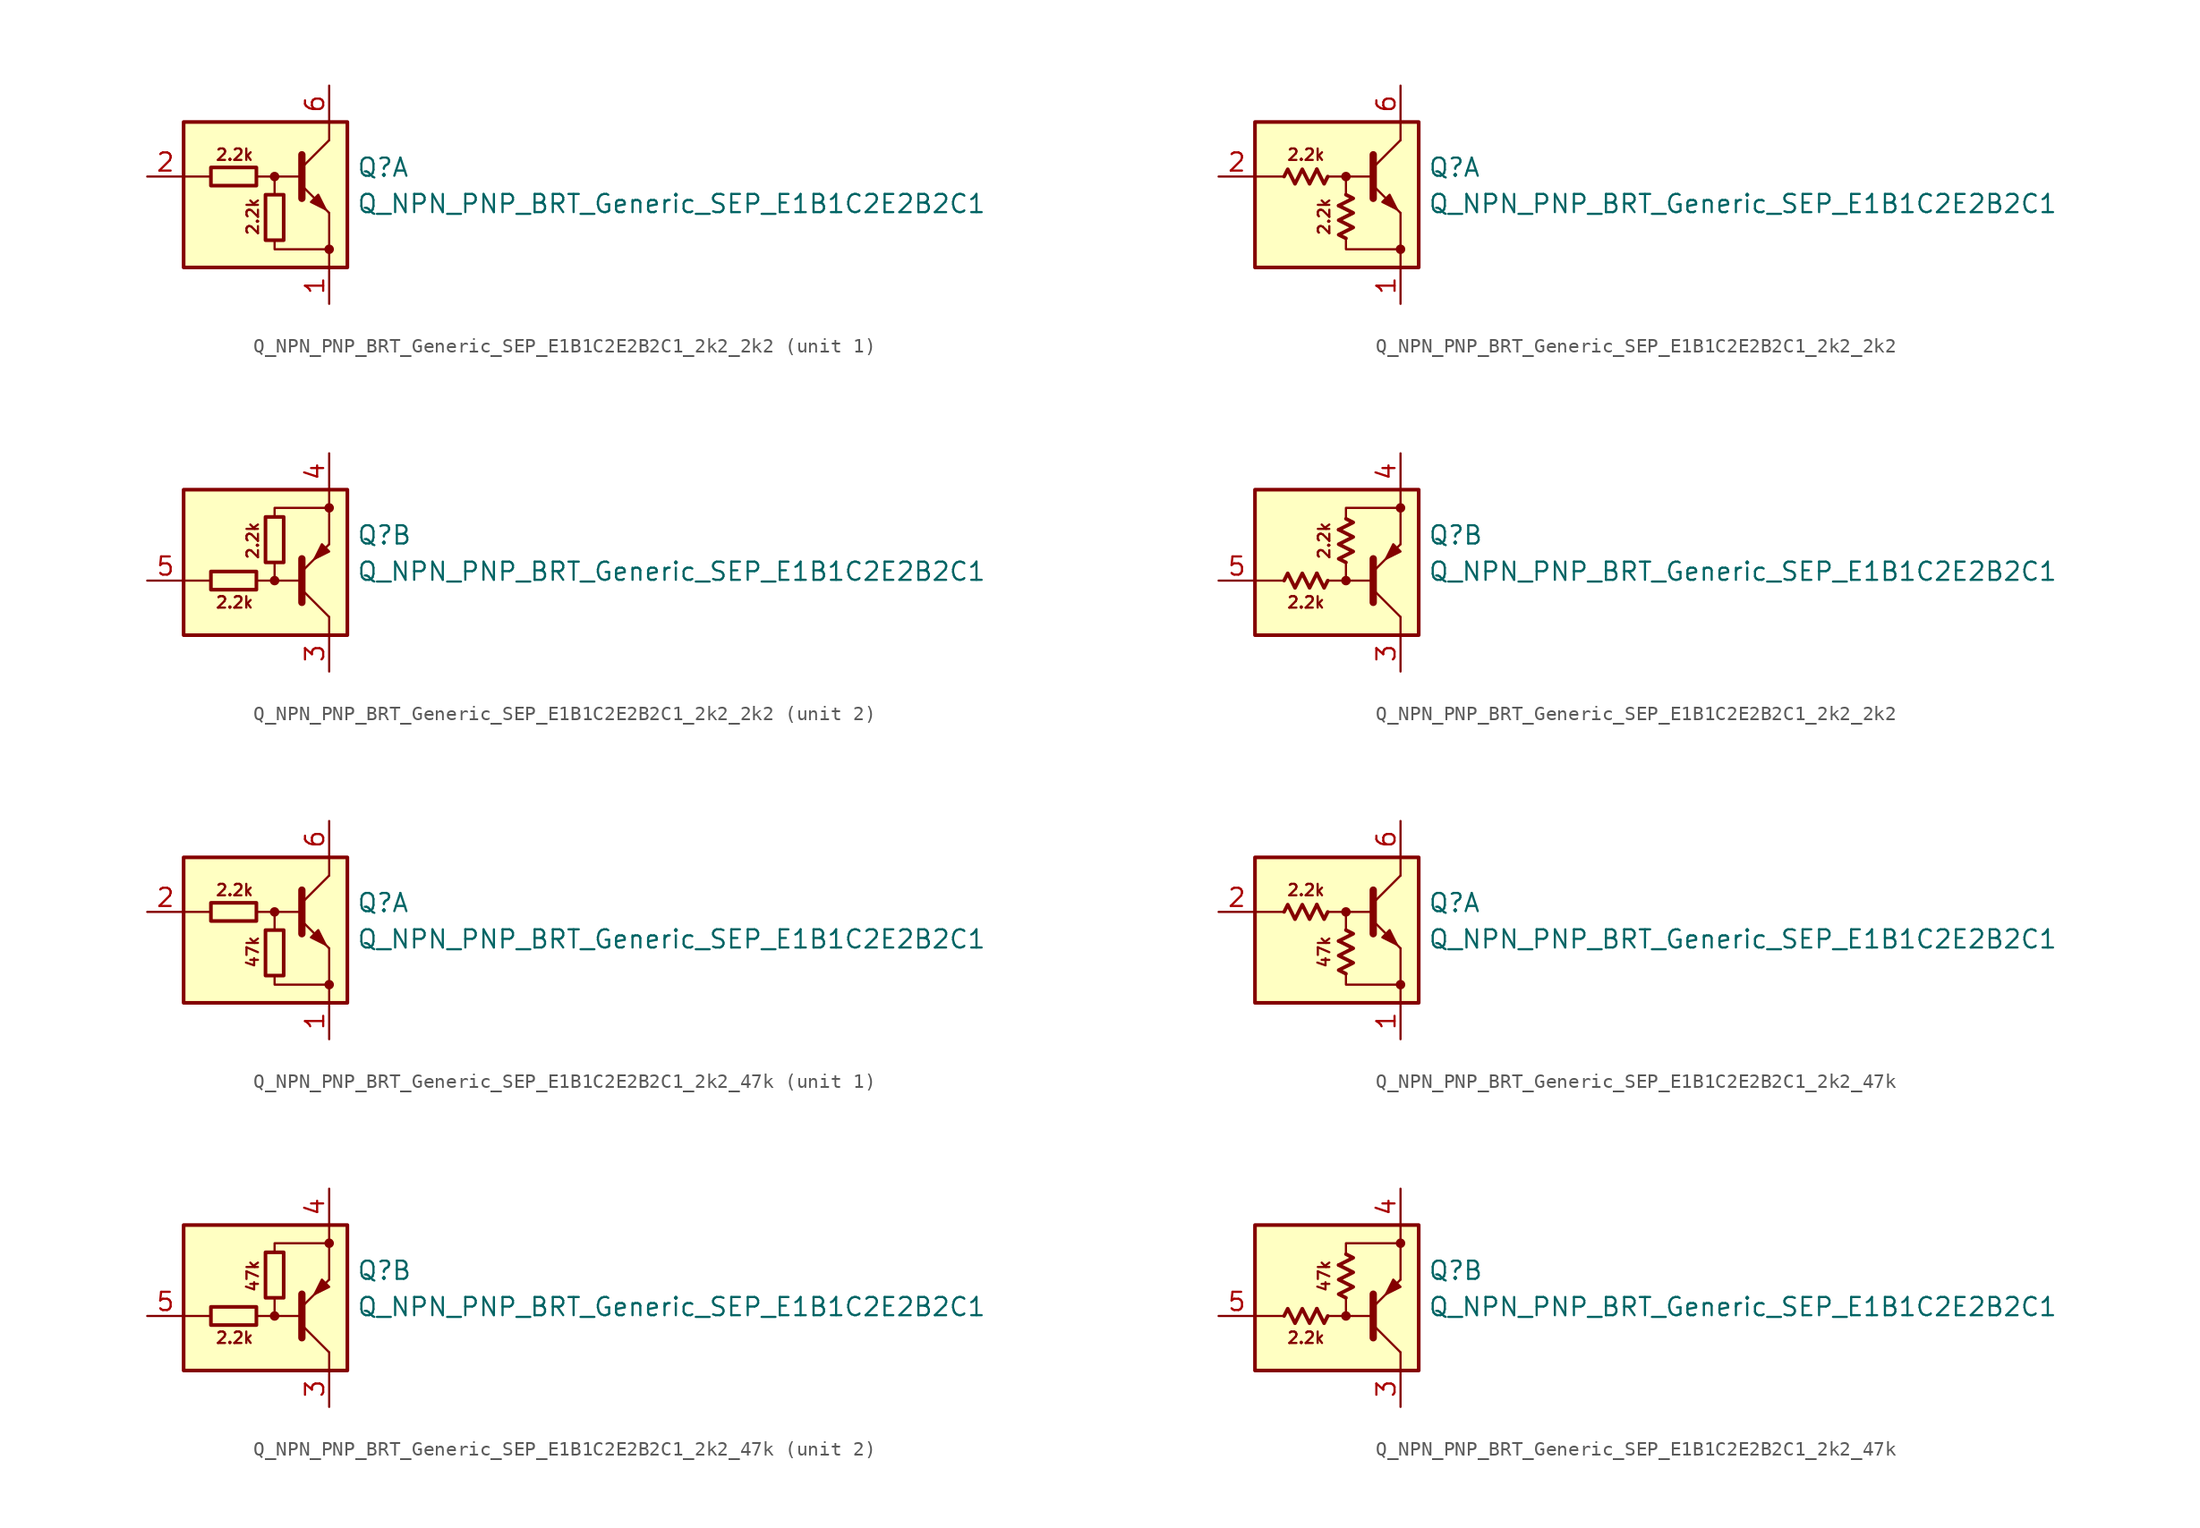
<source format=kicad_sym>
(kicad_symbol_lib
  (version 20220914)
  (generator kicad_symbol_editor)
  (symbol "Q_NPN_PNP_BRT_Generic_SEP_E1B1C2E2B2C1_2k2_2k2"
    (pin_names
      (offset 1.016) hide)
    (property "Reference" "Q"
      (at 5.715 1.905 0)
      (effects (font (size 1.27 1.27)) (justify left)))
    (property "Value" "Q_NPN_PNP_BRT_Generic_SEP_E1B1C2E2B2C1"
      (at 5.715 -0.635 0)
      (effects (font (size 1.27 1.27)) (justify left)))
    (property "ki_locked" ""
      (at 0 0 0)
      (effects (font (size 1.27 1.27))))
    (symbol "Q_NPN_PNP_BRT_Generic_SEP_E1B1C2E2B2C1_2k2_2k2_1_0"
      (rectangle (start -6.35 5.08) (end 5.08 -5.08) (stroke (width 0.254) (type default)) (fill (type background)))
      (polyline (pts (xy -4.445 1.27) (xy -6.35 1.27)) (stroke (width 0) (type default)) (fill (type none)))
      (polyline (pts (xy -0.254 1.27) (xy 1.905 1.27)) (stroke (width 0) (type default)) (fill (type none)))
      (polyline (pts (xy 1.905 1.905) (xy 3.81 3.81)) (stroke (width 0) (type default)) (fill (type none)))
      (polyline (pts (xy 1.905 2.794) (xy 1.905 -0.254)) (stroke (width 0.508) (type default)) (fill (type none)))
      (polyline (pts (xy 3.81 -3.81) (xy 3.81 -5.08)) (stroke (width 0) (type default)) (fill (type none)))
      (polyline (pts (xy 3.81 -3.81) (xy 3.81 -1.27)) (stroke (width 0) (type default)) (fill (type none)))
      (polyline (pts (xy 3.81 3.81) (xy 3.81 5.08)) (stroke (width 0) (type default)) (fill (type none)))
      (polyline (pts (xy -1.27 1.27) (xy 0 1.27) (xy 0 0)) (stroke (width 0) (type default)) (fill (type none)))
      (polyline (pts (xy 0 -3.175) (xy 0 -3.81) (xy 3.81 -3.81)) (stroke (width 0) (type default)) (fill (type none)))
      (polyline (pts (xy 1.905 0.635) (xy 3.81 -1.27) (xy 3.81 -1.27)) (stroke (width 0) (type default)) (fill (type none)))
      (polyline (pts (xy 2.54 -0.508) (xy 3.048 0) (xy 3.556 -1.016) (xy 2.54 -0.508) (xy 2.54 -0.508)) (stroke (width 0) (type default)) (fill (type outline)))
      (circle (center 0 1.27) (radius 0.254) (stroke (width 0) (type default)) (fill (type outline)))
      (circle (center 3.81 -3.81) (radius 0.254) (stroke (width 0) (type default)) (fill (type outline)))
      (text "2.2k" (at -2.794 2.794 0) (effects (font (size 0.8 0.8))))
      (text "2.2k" (at -1.524 -1.524 900) (effects (font (size 0.8 0.8)))))
    (symbol "Q_NPN_PNP_BRT_Generic_SEP_E1B1C2E2B2C1_2k2_2k2_1_1"
      (rectangle (start -4.445 1.905) (end -1.27 0.635) (stroke (width 0.254) (type default)) (fill (type none)))
      (rectangle (start -0.635 0) (end 0.635 -3.175) (stroke (width 0.254) (type default)) (fill (type none)))
      (pin passive line (at 3.81 -7.62 90) (length 2.54) (name "E1" (effects (font (size 1.27 1.27)))) (number "1" (effects (font (size 1.27 1.27)))))
      (pin input line (at -8.89 1.27 0) (length 2.54) (name "B1" (effects (font (size 1.27 1.27)))) (number "2" (effects (font (size 1.27 1.27)))))
      (pin passive line (at 3.81 7.62 270) (length 2.54) (name "C1" (effects (font (size 1.27 1.27)))) (number "6" (effects (font (size 1.27 1.27))))))
    (symbol "Q_NPN_PNP_BRT_Generic_SEP_E1B1C2E2B2C1_2k2_2k2_1_2"
      (polyline (pts (xy -2.032 1.778) (xy -1.524 0.762) (xy -1.27 1.27)) (stroke (width 0.254) (type default)) (fill (type none)))
      (polyline (pts (xy -0.508 -0.762) (xy 0.508 -0.254) (xy 0 0)) (stroke (width 0.254) (type default)) (fill (type none)))
      (polyline (pts (xy -4.318 1.27) (xy -4.064 1.778) (xy -3.556 0.762) (xy -3.048 1.778) (xy -2.54 0.762) (xy -2.032 1.778)) (stroke (width 0.254) (type default)) (fill (type none)))
      (polyline (pts (xy 0 -3.048) (xy -0.508 -2.794) (xy 0.508 -2.286) (xy -0.508 -1.778) (xy 0.508 -1.27) (xy -0.508 -0.762)) (stroke (width 0.254) (type default)) (fill (type none)))
      (pin passive line (at 3.81 -7.62 90) (length 2.54) (name "E1" (effects (font (size 1.27 1.27)))) (number "1" (effects (font (size 1.27 1.27)))))
      (pin input line (at -8.89 1.27 0) (length 2.54) (name "B1" (effects (font (size 1.27 1.27)))) (number "2" (effects (font (size 1.27 1.27)))))
      (pin passive line (at 3.81 7.62 270) (length 2.54) (name "C1" (effects (font (size 1.27 1.27)))) (number "6" (effects (font (size 1.27 1.27))))))
    (symbol "Q_NPN_PNP_BRT_Generic_SEP_E1B1C2E2B2C1_2k2_2k2_2_0"
      (rectangle (start -6.35 5.08) (end 5.08 -5.08) (stroke (width 0.254) (type default)) (fill (type background)))
      (circle (center 0 -1.27) (radius 0.254) (stroke (width 0) (type default)) (fill (type outline)))
      (polyline (pts (xy -4.445 -1.27) (xy -6.35 -1.27)) (stroke (width 0) (type default)) (fill (type none)))
      (polyline (pts (xy -0.254 -1.27) (xy 1.905 -1.27)) (stroke (width 0) (type default)) (fill (type none)))
      (polyline (pts (xy 1.905 -2.794) (xy 1.905 0.254)) (stroke (width 0.508) (type default)) (fill (type none)))
      (polyline (pts (xy 1.905 -1.905) (xy 3.81 -3.81)) (stroke (width 0) (type default)) (fill (type none)))
      (polyline (pts (xy 3.81 -3.81) (xy 3.81 -5.08)) (stroke (width 0) (type default)) (fill (type none)))
      (polyline (pts (xy 3.81 3.81) (xy 3.81 1.27)) (stroke (width 0) (type default)) (fill (type none)))
      (polyline (pts (xy 3.81 3.81) (xy 3.81 5.08)) (stroke (width 0) (type default)) (fill (type none)))
      (polyline (pts (xy -1.27 -1.27) (xy 0 -1.27) (xy 0 0)) (stroke (width 0) (type default)) (fill (type none)))
      (polyline (pts (xy 0 3.175) (xy 0 3.81) (xy 3.81 3.81)) (stroke (width 0) (type default)) (fill (type none)))
      (polyline (pts (xy 1.905 -0.635) (xy 3.81 1.27) (xy 3.81 1.27)) (stroke (width 0) (type default)) (fill (type none)))
      (polyline (pts (xy 3.81 0.762) (xy 3.302 1.27) (xy 2.794 0.254) (xy 3.81 0.762) (xy 3.81 0.762)) (stroke (width 0) (type default)) (fill (type outline)))
      (circle (center 3.81 3.81) (radius 0.254) (stroke (width 0) (type default)) (fill (type outline)))
      (text "2.2k" (at -2.794 -2.794 0) (effects (font (size 0.8 0.8))))
      (text "2.2k" (at -1.524 1.524 900) (effects (font (size 0.8 0.8)))))
    (symbol "Q_NPN_PNP_BRT_Generic_SEP_E1B1C2E2B2C1_2k2_2k2_2_1"
      (rectangle (start -1.27 -0.635) (end -4.445 -1.905) (stroke (width 0.254) (type default)) (fill (type none)))
      (rectangle (start 0.635 3.175) (end -0.635 0) (stroke (width 0.254) (type default)) (fill (type none)))
      (pin passive line (at 3.81 -7.62 90) (length 2.54) (name "C2" (effects (font (size 1.27 1.27)))) (number "3" (effects (font (size 1.27 1.27)))))
      (pin passive line (at 3.81 7.62 270) (length 2.54) (name "E2" (effects (font (size 1.27 1.27)))) (number "4" (effects (font (size 1.27 1.27)))))
      (pin input line (at -8.89 -1.27 0) (length 2.54) (name "B2" (effects (font (size 1.27 1.27)))) (number "5" (effects (font (size 1.27 1.27))))))
    (symbol "Q_NPN_PNP_BRT_Generic_SEP_E1B1C2E2B2C1_2k2_2k2_2_2"
      (polyline (pts (xy -2.032 -0.762) (xy -1.524 -1.778) (xy -1.27 -1.27)) (stroke (width 0.254) (type default)) (fill (type none)))
      (polyline (pts (xy -0.508 2.286) (xy 0.508 2.794) (xy 0 3.048)) (stroke (width 0.254) (type default)) (fill (type none)))
      (polyline (pts (xy -4.318 -1.27) (xy -4.064 -0.762) (xy -3.556 -1.778) (xy -3.048 -0.762) (xy -2.54 -1.778) (xy -2.032 -0.762)) (stroke (width 0.254) (type default)) (fill (type none)))
      (polyline (pts (xy 0 0) (xy -0.508 0.254) (xy 0.508 0.762) (xy -0.508 1.27) (xy 0.508 1.778) (xy -0.508 2.286)) (stroke (width 0.254) (type default)) (fill (type none)))
      (pin passive line (at 3.81 -7.62 90) (length 2.54) (name "C2" (effects (font (size 1.27 1.27)))) (number "3" (effects (font (size 1.27 1.27)))))
      (pin passive line (at 3.81 7.62 270) (length 2.54) (name "E2" (effects (font (size 1.27 1.27)))) (number "4" (effects (font (size 1.27 1.27)))))
      (pin input line (at -8.89 -1.27 0) (length 2.54) (name "B2" (effects (font (size 1.27 1.27)))) (number "5" (effects (font (size 1.27 1.27)))))))
  (symbol "Q_NPN_PNP_BRT_Generic_SEP_E1B1C2E2B2C1_2k2_47k"
    (pin_names
      (offset 1.016) hide)
    (property "Reference" "Q"
      (at 5.715 1.905 0)
      (effects (font (size 1.27 1.27)) (justify left)))
    (property "Value" "Q_NPN_PNP_BRT_Generic_SEP_E1B1C2E2B2C1"
      (at 5.715 -0.635 0)
      (effects (font (size 1.27 1.27)) (justify left)))
    (property "ki_locked" ""
      (at 0 0 0)
      (effects (font (size 1.27 1.27))))
    (symbol "Q_NPN_PNP_BRT_Generic_SEP_E1B1C2E2B2C1_2k2_47k_1_0"
      (rectangle (start -6.35 5.08) (end 5.08 -5.08) (stroke (width 0.254) (type default)) (fill (type background)))
      (polyline (pts (xy -4.445 1.27) (xy -6.35 1.27)) (stroke (width 0) (type default)) (fill (type none)))
      (polyline (pts (xy -0.254 1.27) (xy 1.905 1.27)) (stroke (width 0) (type default)) (fill (type none)))
      (polyline (pts (xy 1.905 1.905) (xy 3.81 3.81)) (stroke (width 0) (type default)) (fill (type none)))
      (polyline (pts (xy 1.905 2.794) (xy 1.905 -0.254)) (stroke (width 0.508) (type default)) (fill (type none)))
      (polyline (pts (xy 3.81 -3.81) (xy 3.81 -5.08)) (stroke (width 0) (type default)) (fill (type none)))
      (polyline (pts (xy 3.81 -3.81) (xy 3.81 -1.27)) (stroke (width 0) (type default)) (fill (type none)))
      (polyline (pts (xy 3.81 3.81) (xy 3.81 5.08)) (stroke (width 0) (type default)) (fill (type none)))
      (polyline (pts (xy -1.27 1.27) (xy 0 1.27) (xy 0 0)) (stroke (width 0) (type default)) (fill (type none)))
      (polyline (pts (xy 0 -3.175) (xy 0 -3.81) (xy 3.81 -3.81)) (stroke (width 0) (type default)) (fill (type none)))
      (polyline (pts (xy 1.905 0.635) (xy 3.81 -1.27) (xy 3.81 -1.27)) (stroke (width 0) (type default)) (fill (type none)))
      (polyline (pts (xy 2.54 -0.508) (xy 3.048 0) (xy 3.556 -1.016) (xy 2.54 -0.508) (xy 2.54 -0.508)) (stroke (width 0) (type default)) (fill (type outline)))
      (circle (center 0 1.27) (radius 0.254) (stroke (width 0) (type default)) (fill (type outline)))
      (circle (center 3.81 -3.81) (radius 0.254) (stroke (width 0) (type default)) (fill (type outline)))
      (text "2.2k" (at -2.794 2.794 0) (effects (font (size 0.8 0.8))))
      (text "47k" (at -1.524 -1.524 900) (effects (font (size 0.8 0.8)))))
    (symbol "Q_NPN_PNP_BRT_Generic_SEP_E1B1C2E2B2C1_2k2_47k_1_1"
      (rectangle (start -4.445 1.905) (end -1.27 0.635) (stroke (width 0.254) (type default)) (fill (type none)))
      (rectangle (start -0.635 0) (end 0.635 -3.175) (stroke (width 0.254) (type default)) (fill (type none)))
      (pin passive line (at 3.81 -7.62 90) (length 2.54) (name "E1" (effects (font (size 1.27 1.27)))) (number "1" (effects (font (size 1.27 1.27)))))
      (pin input line (at -8.89 1.27 0) (length 2.54) (name "B1" (effects (font (size 1.27 1.27)))) (number "2" (effects (font (size 1.27 1.27)))))
      (pin passive line (at 3.81 7.62 270) (length 2.54) (name "C1" (effects (font (size 1.27 1.27)))) (number "6" (effects (font (size 1.27 1.27))))))
    (symbol "Q_NPN_PNP_BRT_Generic_SEP_E1B1C2E2B2C1_2k2_47k_1_2"
      (polyline (pts (xy -2.032 1.778) (xy -1.524 0.762) (xy -1.27 1.27)) (stroke (width 0.254) (type default)) (fill (type none)))
      (polyline (pts (xy -0.508 -0.762) (xy 0.508 -0.254) (xy 0 0)) (stroke (width 0.254) (type default)) (fill (type none)))
      (polyline (pts (xy -4.318 1.27) (xy -4.064 1.778) (xy -3.556 0.762) (xy -3.048 1.778) (xy -2.54 0.762) (xy -2.032 1.778)) (stroke (width 0.254) (type default)) (fill (type none)))
      (polyline (pts (xy 0 -3.048) (xy -0.508 -2.794) (xy 0.508 -2.286) (xy -0.508 -1.778) (xy 0.508 -1.27) (xy -0.508 -0.762)) (stroke (width 0.254) (type default)) (fill (type none)))
      (pin passive line (at 3.81 -7.62 90) (length 2.54) (name "E1" (effects (font (size 1.27 1.27)))) (number "1" (effects (font (size 1.27 1.27)))))
      (pin input line (at -8.89 1.27 0) (length 2.54) (name "B1" (effects (font (size 1.27 1.27)))) (number "2" (effects (font (size 1.27 1.27)))))
      (pin passive line (at 3.81 7.62 270) (length 2.54) (name "C1" (effects (font (size 1.27 1.27)))) (number "6" (effects (font (size 1.27 1.27))))))
    (symbol "Q_NPN_PNP_BRT_Generic_SEP_E1B1C2E2B2C1_2k2_47k_2_0"
      (rectangle (start -6.35 5.08) (end 5.08 -5.08) (stroke (width 0.254) (type default)) (fill (type background)))
      (circle (center 0 -1.27) (radius 0.254) (stroke (width 0) (type default)) (fill (type outline)))
      (polyline (pts (xy -4.445 -1.27) (xy -6.35 -1.27)) (stroke (width 0) (type default)) (fill (type none)))
      (polyline (pts (xy -0.254 -1.27) (xy 1.905 -1.27)) (stroke (width 0) (type default)) (fill (type none)))
      (polyline (pts (xy 1.905 -2.794) (xy 1.905 0.254)) (stroke (width 0.508) (type default)) (fill (type none)))
      (polyline (pts (xy 1.905 -1.905) (xy 3.81 -3.81)) (stroke (width 0) (type default)) (fill (type none)))
      (polyline (pts (xy 3.81 -3.81) (xy 3.81 -5.08)) (stroke (width 0) (type default)) (fill (type none)))
      (polyline (pts (xy 3.81 3.81) (xy 3.81 1.27)) (stroke (width 0) (type default)) (fill (type none)))
      (polyline (pts (xy 3.81 3.81) (xy 3.81 5.08)) (stroke (width 0) (type default)) (fill (type none)))
      (polyline (pts (xy -1.27 -1.27) (xy 0 -1.27) (xy 0 0)) (stroke (width 0) (type default)) (fill (type none)))
      (polyline (pts (xy 0 3.175) (xy 0 3.81) (xy 3.81 3.81)) (stroke (width 0) (type default)) (fill (type none)))
      (polyline (pts (xy 1.905 -0.635) (xy 3.81 1.27) (xy 3.81 1.27)) (stroke (width 0) (type default)) (fill (type none)))
      (polyline (pts (xy 3.81 0.762) (xy 3.302 1.27) (xy 2.794 0.254) (xy 3.81 0.762) (xy 3.81 0.762)) (stroke (width 0) (type default)) (fill (type outline)))
      (circle (center 3.81 3.81) (radius 0.254) (stroke (width 0) (type default)) (fill (type outline)))
      (text "2.2k" (at -2.794 -2.794 0) (effects (font (size 0.8 0.8))))
      (text "47k" (at -1.524 1.524 900) (effects (font (size 0.8 0.8)))))
    (symbol "Q_NPN_PNP_BRT_Generic_SEP_E1B1C2E2B2C1_2k2_47k_2_1"
      (rectangle (start -1.27 -0.635) (end -4.445 -1.905) (stroke (width 0.254) (type default)) (fill (type none)))
      (rectangle (start 0.635 3.175) (end -0.635 0) (stroke (width 0.254) (type default)) (fill (type none)))
      (pin passive line (at 3.81 -7.62 90) (length 2.54) (name "C2" (effects (font (size 1.27 1.27)))) (number "3" (effects (font (size 1.27 1.27)))))
      (pin passive line (at 3.81 7.62 270) (length 2.54) (name "E2" (effects (font (size 1.27 1.27)))) (number "4" (effects (font (size 1.27 1.27)))))
      (pin input line (at -8.89 -1.27 0) (length 2.54) (name "B2" (effects (font (size 1.27 1.27)))) (number "5" (effects (font (size 1.27 1.27))))))
    (symbol "Q_NPN_PNP_BRT_Generic_SEP_E1B1C2E2B2C1_2k2_47k_2_2"
      (polyline (pts (xy -2.032 -0.762) (xy -1.524 -1.778) (xy -1.27 -1.27)) (stroke (width 0.254) (type default)) (fill (type none)))
      (polyline (pts (xy -0.508 2.286) (xy 0.508 2.794) (xy 0 3.048)) (stroke (width 0.254) (type default)) (fill (type none)))
      (polyline (pts (xy -4.318 -1.27) (xy -4.064 -0.762) (xy -3.556 -1.778) (xy -3.048 -0.762) (xy -2.54 -1.778) (xy -2.032 -0.762)) (stroke (width 0.254) (type default)) (fill (type none)))
      (polyline (pts (xy 0 0) (xy -0.508 0.254) (xy 0.508 0.762) (xy -0.508 1.27) (xy 0.508 1.778) (xy -0.508 2.286)) (stroke (width 0.254) (type default)) (fill (type none)))
      (pin passive line (at 3.81 -7.62 90) (length 2.54) (name "C2" (effects (font (size 1.27 1.27)))) (number "3" (effects (font (size 1.27 1.27)))))
      (pin passive line (at 3.81 7.62 270) (length 2.54) (name "E2" (effects (font (size 1.27 1.27)))) (number "4" (effects (font (size 1.27 1.27)))))
      (pin input line (at -8.89 -1.27 0) (length 2.54) (name "B2" (effects (font (size 1.27 1.27)))) (number "5" (effects (font (size 1.27 1.27))))))))
</source>
